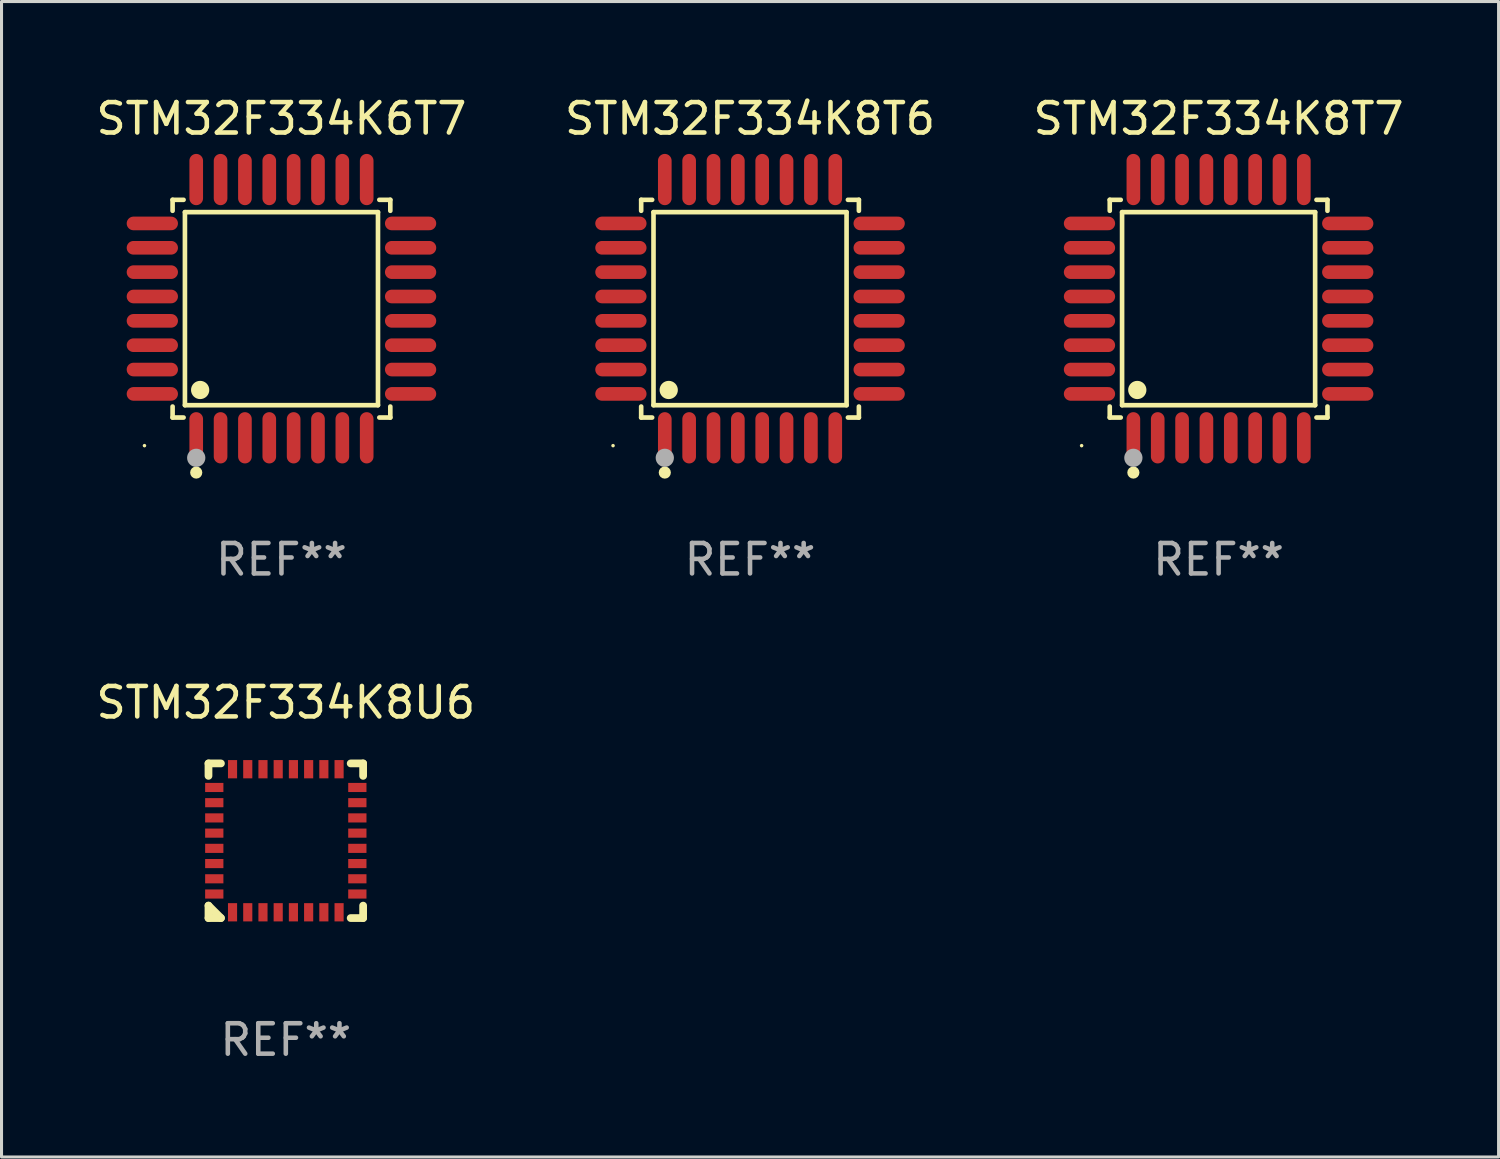
<source format=kicad_pcb>
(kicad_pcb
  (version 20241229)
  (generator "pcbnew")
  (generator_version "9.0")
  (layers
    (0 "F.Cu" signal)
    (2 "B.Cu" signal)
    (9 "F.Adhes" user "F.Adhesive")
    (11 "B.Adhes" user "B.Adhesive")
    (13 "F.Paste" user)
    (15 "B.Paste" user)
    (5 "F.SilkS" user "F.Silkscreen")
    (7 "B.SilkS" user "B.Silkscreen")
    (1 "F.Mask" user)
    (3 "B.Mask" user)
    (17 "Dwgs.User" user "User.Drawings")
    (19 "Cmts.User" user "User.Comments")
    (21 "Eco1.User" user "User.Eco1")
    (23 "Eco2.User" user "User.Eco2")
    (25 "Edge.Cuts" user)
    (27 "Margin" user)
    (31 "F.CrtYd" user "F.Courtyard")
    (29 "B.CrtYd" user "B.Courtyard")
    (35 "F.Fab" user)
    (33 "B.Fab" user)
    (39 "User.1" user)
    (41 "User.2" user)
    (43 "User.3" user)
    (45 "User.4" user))
  (footprint "STM32F334K8U6"
    (layer "F.Cu")
    (at 6.339 24.569)
    (property "Reference" "STM32F334K8U6" (at 0 -4.54 0) (layer "F.SilkS") (effects (font (size 1 1) (thickness 0.15))))
    (attr through_hole)
    (fp_line (start -2.54 -2.54) (end -2.131 -2.54) (stroke (width 0.254) (type solid)) (layer "F.SilkS"))
    (fp_line (start -2.54 -2.131) (end -2.54 -2.54) (stroke (width 0.254) (type solid)) (layer "F.SilkS"))
    (fp_line (start -2.54 2.54) (end -2.54 2.131) (stroke (width 0.254) (type solid)) (layer "F.SilkS"))
    (fp_line (start -2.131 2.54) (end -2.54 2.131) (stroke (width 0.254) (type solid)) (layer "F.SilkS"))
    (fp_line (start -2.131 2.54) (end -2.54 2.54) (stroke (width 0.254) (type solid)) (layer "F.SilkS"))
    (fp_line (start 2.131 -2.54) (end 2.54 -2.54) (stroke (width 0.254) (type solid)) (layer "F.SilkS"))
    (fp_line (start 2.54 -2.54) (end 2.54 -2.131) (stroke (width 0.254) (type solid)) (layer "F.SilkS"))
    (fp_line (start 2.54 2.131) (end 2.54 2.54) (stroke (width 0.254) (type solid)) (layer "F.SilkS"))
    (fp_line (start 2.54 2.54) (end 2.131 2.54) (stroke (width 0.254) (type solid)) (layer "F.SilkS"))
    (fp_text user "REF**" (at 0 6.54 0) (layer "F.Fab") (effects (font (size 1 1) (thickness 0.15))))
    (pad "1" smd rect (at -1.75 2.35 90) (size 0.6 0.3) (layers "F.Cu" "F.Mask" "F.Paste"))
    (pad "2" smd rect (at -1.25 2.35 90) (size 0.6 0.3) (layers "F.Cu" "F.Mask" "F.Paste"))
    (pad "3" smd rect (at -0.75 2.35 90) (size 0.6 0.3) (layers "F.Cu" "F.Mask" "F.Paste"))
    (pad "4" smd rect (at -0.25 2.35 90) (size 0.6 0.3) (layers "F.Cu" "F.Mask" "F.Paste"))
    (pad "5" smd rect (at 0.25 2.35 90) (size 0.6 0.3) (layers "F.Cu" "F.Mask" "F.Paste"))
    (pad "6" smd rect (at 0.75 2.35 90) (size 0.6 0.3) (layers "F.Cu" "F.Mask" "F.Paste"))
    (pad "7" smd rect (at 1.25 2.35 90) (size 0.6 0.3) (layers "F.Cu" "F.Mask" "F.Paste"))
    (pad "8" smd rect (at 1.75 2.35 90) (size 0.6 0.3) (layers "F.Cu" "F.Mask" "F.Paste"))
    (pad "9" smd rect (at 2.35 1.75 180) (size 0.6 0.3) (layers "F.Cu" "F.Mask" "F.Paste"))
    (pad "10" smd rect (at 2.35 1.25 180) (size 0.6 0.3) (layers "F.Cu" "F.Mask" "F.Paste"))
    (pad "11" smd rect (at 2.35 0.75 180) (size 0.6 0.3) (layers "F.Cu" "F.Mask" "F.Paste"))
    (pad "12" smd rect (at 2.35 0.25 180) (size 0.6 0.3) (layers "F.Cu" "F.Mask" "F.Paste"))
    (pad "13" smd rect (at 2.35 -0.25 180) (size 0.6 0.3) (layers "F.Cu" "F.Mask" "F.Paste"))
    (pad "14" smd rect (at 2.35 -0.75 180) (size 0.6 0.3) (layers "F.Cu" "F.Mask" "F.Paste"))
    (pad "15" smd rect (at 2.35 -1.25 180) (size 0.6 0.3) (layers "F.Cu" "F.Mask" "F.Paste"))
    (pad "16" smd rect (at 2.35 -1.75 180) (size 0.6 0.3) (layers "F.Cu" "F.Mask" "F.Paste"))
    (pad "17" smd rect (at 1.75 -2.35 270) (size 0.6 0.3) (layers "F.Cu" "F.Mask" "F.Paste"))
    (pad "18" smd rect (at 1.25 -2.35 270) (size 0.6 0.3) (layers "F.Cu" "F.Mask" "F.Paste"))
    (pad "19" smd rect (at 0.75 -2.35 270) (size 0.6 0.3) (layers "F.Cu" "F.Mask" "F.Paste"))
    (pad "20" smd rect (at 0.25 -2.35 270) (size 0.6 0.3) (layers "F.Cu" "F.Mask" "F.Paste"))
    (pad "21" smd rect (at -0.25 -2.35 270) (size 0.6 0.3) (layers "F.Cu" "F.Mask" "F.Paste"))
    (pad "22" smd rect (at -0.75 -2.35 270) (size 0.6 0.3) (layers "F.Cu" "F.Mask" "F.Paste"))
    (pad "23" smd rect (at -1.25 -2.35 270) (size 0.6 0.3) (layers "F.Cu" "F.Mask" "F.Paste"))
    (pad "24" smd rect (at -1.75 -2.35 270) (size 0.6 0.3) (layers "F.Cu" "F.Mask" "F.Paste"))
    (pad "25" smd rect (at -2.35 -1.75) (size 0.6 0.3) (layers "F.Cu" "F.Mask" "F.Paste"))
    (pad "26" smd rect (at -2.35 -1.25) (size 0.6 0.3) (layers "F.Cu" "F.Mask" "F.Paste"))
    (pad "27" smd rect (at -2.35 -0.75) (size 0.6 0.3) (layers "F.Cu" "F.Mask" "F.Paste"))
    (pad "28" smd rect (at -2.35 -0.25) (size 0.6 0.3) (layers "F.Cu" "F.Mask" "F.Paste"))
    (pad "29" smd rect (at -2.35 0.25) (size 0.6 0.3) (layers "F.Cu" "F.Mask" "F.Paste"))
    (pad "30" smd rect (at -2.35 0.75) (size 0.6 0.3) (layers "F.Cu" "F.Mask" "F.Paste"))
    (pad "31" smd rect (at -2.35 1.25) (size 0.6 0.3) (layers "F.Cu" "F.Mask" "F.Paste"))
    (pad "32" smd rect (at -2.35 1.75) (size 0.6 0.3) (layers "F.Cu" "F.Mask" "F.Paste")))
  (footprint "STM32F334K8T6"
    (layer "F.Cu")
    (at 21.589 7.09)
    (property "Reference" "STM32F334K8T6" (at 0 -6.242 0) (layer "F.SilkS") (effects (font (size 1 1) (thickness 0.15))))
    (attr through_hole)
    (fp_line (start -3.576 -3.576) (end -3.215 -3.576) (stroke (width 0.152) (type solid)) (layer "F.SilkS"))
    (fp_line (start -3.576 -3.215) (end -3.576 -3.576) (stroke (width 0.152) (type solid)) (layer "F.SilkS"))
    (fp_line (start -3.576 3.215) (end -3.576 3.576) (stroke (width 0.152) (type solid)) (layer "F.SilkS"))
    (fp_line (start -3.576 3.576) (end -3.215 3.576) (stroke (width 0.152) (type solid)) (layer "F.SilkS"))
    (fp_line (start -3.171 -3.171) (end 3.171 -3.171) (stroke (width 0.152) (type solid)) (layer "F.SilkS"))
    (fp_line (start -3.171 3.171) (end -3.171 -3.171) (stroke (width 0.152) (type solid)) (layer "F.SilkS"))
    (fp_line (start 3.171 -3.171) (end 3.171 3.171) (stroke (width 0.152) (type solid)) (layer "F.SilkS"))
    (fp_line (start 3.171 3.171) (end -3.171 3.171) (stroke (width 0.152) (type solid)) (layer "F.SilkS"))
    (fp_line (start 3.576 -3.576) (end 3.215 -3.576) (stroke (width 0.152) (type solid)) (layer "F.SilkS"))
    (fp_line (start 3.576 -3.215) (end 3.576 -3.576) (stroke (width 0.152) (type solid)) (layer "F.SilkS"))
    (fp_line (start 3.576 3.215) (end 3.576 3.576) (stroke (width 0.152) (type solid)) (layer "F.SilkS"))
    (fp_line (start 3.576 3.576) (end 3.215 3.576) (stroke (width 0.152) (type solid)) (layer "F.SilkS"))
    (fp_circle (center -4.5 4.5) (end -4.47 4.5) (stroke (width 0.06) (type solid)) (fill no) (layer "F.SilkS"))
    (fp_circle (center -2.8 5.384) (end -2.7 5.384) (stroke (width 0.2) (type solid)) (fill no) (layer "F.SilkS"))
    (fp_circle (center -2.671 2.671) (end -2.521 2.671) (stroke (width 0.3) (type solid)) (fill no) (layer "F.SilkS"))
    (fp_circle (center -2.8 4.9) (end -2.65 4.9) (stroke (width 0.3) (type solid)) (fill no) (layer "F.Fab"))
    (fp_text user "REF**" (at 0 8.242 0) (layer "F.Fab") (effects (font (size 1 1) (thickness 0.15))))
    (pad "1" smd oval (at -2.8 4.242) (size 0.448 1.684) (layers "F.Cu" "F.Mask" "F.Paste"))
    (pad "2" smd oval (at -2 4.242) (size 0.448 1.684) (layers "F.Cu" "F.Mask" "F.Paste"))
    (pad "3" smd oval (at -1.2 4.242) (size 0.448 1.684) (layers "F.Cu" "F.Mask" "F.Paste"))
    (pad "4" smd oval (at -0.4 4.242) (size 0.448 1.684) (layers "F.Cu" "F.Mask" "F.Paste"))
    (pad "5" smd oval (at 0.4 4.242) (size 0.448 1.684) (layers "F.Cu" "F.Mask" "F.Paste"))
    (pad "6" smd oval (at 1.2 4.242) (size 0.448 1.684) (layers "F.Cu" "F.Mask" "F.Paste"))
    (pad "7" smd oval (at 2 4.242) (size 0.448 1.684) (layers "F.Cu" "F.Mask" "F.Paste"))
    (pad "8" smd oval (at 2.8 4.242) (size 0.448 1.684) (layers "F.Cu" "F.Mask" "F.Paste"))
    (pad "9" smd oval (at 4.242 2.8) (size 1.684 0.448) (layers "F.Cu" "F.Mask" "F.Paste"))
    (pad "10" smd oval (at 4.242 2) (size 1.684 0.448) (layers "F.Cu" "F.Mask" "F.Paste"))
    (pad "11" smd oval (at 4.242 1.2) (size 1.684 0.448) (layers "F.Cu" "F.Mask" "F.Paste"))
    (pad "12" smd oval (at 4.242 0.4) (size 1.684 0.448) (layers "F.Cu" "F.Mask" "F.Paste"))
    (pad "13" smd oval (at 4.242 -0.4) (size 1.684 0.448) (layers "F.Cu" "F.Mask" "F.Paste"))
    (pad "14" smd oval (at 4.242 -1.2) (size 1.684 0.448) (layers "F.Cu" "F.Mask" "F.Paste"))
    (pad "15" smd oval (at 4.242 -2) (size 1.684 0.448) (layers "F.Cu" "F.Mask" "F.Paste"))
    (pad "16" smd oval (at 4.242 -2.8) (size 1.684 0.448) (layers "F.Cu" "F.Mask" "F.Paste"))
    (pad "17" smd oval (at 2.8 -4.242) (size 0.448 1.684) (layers "F.Cu" "F.Mask" "F.Paste"))
    (pad "18" smd oval (at 2 -4.242) (size 0.448 1.684) (layers "F.Cu" "F.Mask" "F.Paste"))
    (pad "19" smd oval (at 1.2 -4.242) (size 0.448 1.684) (layers "F.Cu" "F.Mask" "F.Paste"))
    (pad "20" smd oval (at 0.4 -4.242) (size 0.448 1.684) (layers "F.Cu" "F.Mask" "F.Paste"))
    (pad "21" smd oval (at -0.4 -4.242) (size 0.448 1.684) (layers "F.Cu" "F.Mask" "F.Paste"))
    (pad "22" smd oval (at -1.2 -4.242) (size 0.448 1.684) (layers "F.Cu" "F.Mask" "F.Paste"))
    (pad "23" smd oval (at -2 -4.242) (size 0.448 1.684) (layers "F.Cu" "F.Mask" "F.Paste"))
    (pad "24" smd oval (at -2.8 -4.242) (size 0.448 1.684) (layers "F.Cu" "F.Mask" "F.Paste"))
    (pad "25" smd oval (at -4.242 -2.8) (size 1.684 0.448) (layers "F.Cu" "F.Mask" "F.Paste"))
    (pad "26" smd oval (at -4.242 -2) (size 1.684 0.448) (layers "F.Cu" "F.Mask" "F.Paste"))
    (pad "27" smd oval (at -4.242 -1.2) (size 1.684 0.448) (layers "F.Cu" "F.Mask" "F.Paste"))
    (pad "28" smd oval (at -4.242 -0.4) (size 1.684 0.448) (layers "F.Cu" "F.Mask" "F.Paste"))
    (pad "29" smd oval (at -4.242 0.4) (size 1.684 0.448) (layers "F.Cu" "F.Mask" "F.Paste"))
    (pad "30" smd oval (at -4.242 1.2) (size 1.684 0.448) (layers "F.Cu" "F.Mask" "F.Paste"))
    (pad "31" smd oval (at -4.242 2) (size 1.684 0.448) (layers "F.Cu" "F.Mask" "F.Paste"))
    (pad "32" smd oval (at -4.242 2.8) (size 1.684 0.448) (layers "F.Cu" "F.Mask" "F.Paste")))
  (footprint "STM32F334K8T7"
    (layer "F.Cu")
    (at 36.982 7.09)
    (property "Reference" "STM32F334K8T7" (at 0 -6.242 0) (layer "F.SilkS") (effects (font (size 1 1) (thickness 0.15))))
    (attr through_hole)
    (fp_line (start -3.576 -3.576) (end -3.215 -3.576) (stroke (width 0.152) (type solid)) (layer "F.SilkS"))
    (fp_line (start -3.576 -3.215) (end -3.576 -3.576) (stroke (width 0.152) (type solid)) (layer "F.SilkS"))
    (fp_line (start -3.576 3.215) (end -3.576 3.576) (stroke (width 0.152) (type solid)) (layer "F.SilkS"))
    (fp_line (start -3.576 3.576) (end -3.215 3.576) (stroke (width 0.152) (type solid)) (layer "F.SilkS"))
    (fp_line (start -3.171 -3.171) (end 3.171 -3.171) (stroke (width 0.152) (type solid)) (layer "F.SilkS"))
    (fp_line (start -3.171 3.171) (end -3.171 -3.171) (stroke (width 0.152) (type solid)) (layer "F.SilkS"))
    (fp_line (start 3.171 -3.171) (end 3.171 3.171) (stroke (width 0.152) (type solid)) (layer "F.SilkS"))
    (fp_line (start 3.171 3.171) (end -3.171 3.171) (stroke (width 0.152) (type solid)) (layer "F.SilkS"))
    (fp_line (start 3.576 -3.576) (end 3.215 -3.576) (stroke (width 0.152) (type solid)) (layer "F.SilkS"))
    (fp_line (start 3.576 -3.215) (end 3.576 -3.576) (stroke (width 0.152) (type solid)) (layer "F.SilkS"))
    (fp_line (start 3.576 3.215) (end 3.576 3.576) (stroke (width 0.152) (type solid)) (layer "F.SilkS"))
    (fp_line (start 3.576 3.576) (end 3.215 3.576) (stroke (width 0.152) (type solid)) (layer "F.SilkS"))
    (fp_circle (center -4.5 4.5) (end -4.47 4.5) (stroke (width 0.06) (type solid)) (fill no) (layer "F.SilkS"))
    (fp_circle (center -2.8 5.384) (end -2.7 5.384) (stroke (width 0.2) (type solid)) (fill no) (layer "F.SilkS"))
    (fp_circle (center -2.671 2.671) (end -2.521 2.671) (stroke (width 0.3) (type solid)) (fill no) (layer "F.SilkS"))
    (fp_circle (center -2.8 4.9) (end -2.65 4.9) (stroke (width 0.3) (type solid)) (fill no) (layer "F.Fab"))
    (fp_text user "REF**" (at 0 8.242 0) (layer "F.Fab") (effects (font (size 1 1) (thickness 0.15))))
    (pad "1" smd oval (at -2.8 4.242) (size 0.448 1.684) (layers "F.Cu" "F.Mask" "F.Paste"))
    (pad "2" smd oval (at -2 4.242) (size 0.448 1.684) (layers "F.Cu" "F.Mask" "F.Paste"))
    (pad "3" smd oval (at -1.2 4.242) (size 0.448 1.684) (layers "F.Cu" "F.Mask" "F.Paste"))
    (pad "4" smd oval (at -0.4 4.242) (size 0.448 1.684) (layers "F.Cu" "F.Mask" "F.Paste"))
    (pad "5" smd oval (at 0.4 4.242) (size 0.448 1.684) (layers "F.Cu" "F.Mask" "F.Paste"))
    (pad "6" smd oval (at 1.2 4.242) (size 0.448 1.684) (layers "F.Cu" "F.Mask" "F.Paste"))
    (pad "7" smd oval (at 2 4.242) (size 0.448 1.684) (layers "F.Cu" "F.Mask" "F.Paste"))
    (pad "8" smd oval (at 2.8 4.242) (size 0.448 1.684) (layers "F.Cu" "F.Mask" "F.Paste"))
    (pad "9" smd oval (at 4.242 2.8) (size 1.684 0.448) (layers "F.Cu" "F.Mask" "F.Paste"))
    (pad "10" smd oval (at 4.242 2) (size 1.684 0.448) (layers "F.Cu" "F.Mask" "F.Paste"))
    (pad "11" smd oval (at 4.242 1.2) (size 1.684 0.448) (layers "F.Cu" "F.Mask" "F.Paste"))
    (pad "12" smd oval (at 4.242 0.4) (size 1.684 0.448) (layers "F.Cu" "F.Mask" "F.Paste"))
    (pad "13" smd oval (at 4.242 -0.4) (size 1.684 0.448) (layers "F.Cu" "F.Mask" "F.Paste"))
    (pad "14" smd oval (at 4.242 -1.2) (size 1.684 0.448) (layers "F.Cu" "F.Mask" "F.Paste"))
    (pad "15" smd oval (at 4.242 -2) (size 1.684 0.448) (layers "F.Cu" "F.Mask" "F.Paste"))
    (pad "16" smd oval (at 4.242 -2.8) (size 1.684 0.448) (layers "F.Cu" "F.Mask" "F.Paste"))
    (pad "17" smd oval (at 2.8 -4.242) (size 0.448 1.684) (layers "F.Cu" "F.Mask" "F.Paste"))
    (pad "18" smd oval (at 2 -4.242) (size 0.448 1.684) (layers "F.Cu" "F.Mask" "F.Paste"))
    (pad "19" smd oval (at 1.2 -4.242) (size 0.448 1.684) (layers "F.Cu" "F.Mask" "F.Paste"))
    (pad "20" smd oval (at 0.4 -4.242) (size 0.448 1.684) (layers "F.Cu" "F.Mask" "F.Paste"))
    (pad "21" smd oval (at -0.4 -4.242) (size 0.448 1.684) (layers "F.Cu" "F.Mask" "F.Paste"))
    (pad "22" smd oval (at -1.2 -4.242) (size 0.448 1.684) (layers "F.Cu" "F.Mask" "F.Paste"))
    (pad "23" smd oval (at -2 -4.242) (size 0.448 1.684) (layers "F.Cu" "F.Mask" "F.Paste"))
    (pad "24" smd oval (at -2.8 -4.242) (size 0.448 1.684) (layers "F.Cu" "F.Mask" "F.Paste"))
    (pad "25" smd oval (at -4.242 -2.8) (size 1.684 0.448) (layers "F.Cu" "F.Mask" "F.Paste"))
    (pad "26" smd oval (at -4.242 -2) (size 1.684 0.448) (layers "F.Cu" "F.Mask" "F.Paste"))
    (pad "27" smd oval (at -4.242 -1.2) (size 1.684 0.448) (layers "F.Cu" "F.Mask" "F.Paste"))
    (pad "28" smd oval (at -4.242 -0.4) (size 1.684 0.448) (layers "F.Cu" "F.Mask" "F.Paste"))
    (pad "29" smd oval (at -4.242 0.4) (size 1.684 0.448) (layers "F.Cu" "F.Mask" "F.Paste"))
    (pad "30" smd oval (at -4.242 1.2) (size 1.684 0.448) (layers "F.Cu" "F.Mask" "F.Paste"))
    (pad "31" smd oval (at -4.242 2) (size 1.684 0.448) (layers "F.Cu" "F.Mask" "F.Paste"))
    (pad "32" smd oval (at -4.242 2.8) (size 1.684 0.448) (layers "F.Cu" "F.Mask" "F.Paste")))
  (footprint "STM32F334K6T7"
    (layer "F.Cu")
    (at 6.196 7.09)
    (property "Reference" "STM32F334K6T7" (at 0 -6.242 0) (layer "F.SilkS") (effects (font (size 1 1) (thickness 0.15))))
    (attr through_hole)
    (fp_line (start -3.576 -3.576) (end -3.215 -3.576) (stroke (width 0.152) (type solid)) (layer "F.SilkS"))
    (fp_line (start -3.576 -3.215) (end -3.576 -3.576) (stroke (width 0.152) (type solid)) (layer "F.SilkS"))
    (fp_line (start -3.576 3.215) (end -3.576 3.576) (stroke (width 0.152) (type solid)) (layer "F.SilkS"))
    (fp_line (start -3.576 3.576) (end -3.215 3.576) (stroke (width 0.152) (type solid)) (layer "F.SilkS"))
    (fp_line (start -3.171 -3.171) (end 3.171 -3.171) (stroke (width 0.152) (type solid)) (layer "F.SilkS"))
    (fp_line (start -3.171 3.171) (end -3.171 -3.171) (stroke (width 0.152) (type solid)) (layer "F.SilkS"))
    (fp_line (start 3.171 -3.171) (end 3.171 3.171) (stroke (width 0.152) (type solid)) (layer "F.SilkS"))
    (fp_line (start 3.171 3.171) (end -3.171 3.171) (stroke (width 0.152) (type solid)) (layer "F.SilkS"))
    (fp_line (start 3.576 -3.576) (end 3.215 -3.576) (stroke (width 0.152) (type solid)) (layer "F.SilkS"))
    (fp_line (start 3.576 -3.215) (end 3.576 -3.576) (stroke (width 0.152) (type solid)) (layer "F.SilkS"))
    (fp_line (start 3.576 3.215) (end 3.576 3.576) (stroke (width 0.152) (type solid)) (layer "F.SilkS"))
    (fp_line (start 3.576 3.576) (end 3.215 3.576) (stroke (width 0.152) (type solid)) (layer "F.SilkS"))
    (fp_circle (center -4.5 4.5) (end -4.47 4.5) (stroke (width 0.06) (type solid)) (fill no) (layer "F.SilkS"))
    (fp_circle (center -2.8 5.384) (end -2.7 5.384) (stroke (width 0.2) (type solid)) (fill no) (layer "F.SilkS"))
    (fp_circle (center -2.671 2.671) (end -2.521 2.671) (stroke (width 0.3) (type solid)) (fill no) (layer "F.SilkS"))
    (fp_circle (center -2.8 4.9) (end -2.65 4.9) (stroke (width 0.3) (type solid)) (fill no) (layer "F.Fab"))
    (fp_text user "REF**" (at 0 8.242 0) (layer "F.Fab") (effects (font (size 1 1) (thickness 0.15))))
    (pad "1" smd oval (at -2.8 4.242) (size 0.448 1.684) (layers "F.Cu" "F.Mask" "F.Paste"))
    (pad "2" smd oval (at -2 4.242) (size 0.448 1.684) (layers "F.Cu" "F.Mask" "F.Paste"))
    (pad "3" smd oval (at -1.2 4.242) (size 0.448 1.684) (layers "F.Cu" "F.Mask" "F.Paste"))
    (pad "4" smd oval (at -0.4 4.242) (size 0.448 1.684) (layers "F.Cu" "F.Mask" "F.Paste"))
    (pad "5" smd oval (at 0.4 4.242) (size 0.448 1.684) (layers "F.Cu" "F.Mask" "F.Paste"))
    (pad "6" smd oval (at 1.2 4.242) (size 0.448 1.684) (layers "F.Cu" "F.Mask" "F.Paste"))
    (pad "7" smd oval (at 2 4.242) (size 0.448 1.684) (layers "F.Cu" "F.Mask" "F.Paste"))
    (pad "8" smd oval (at 2.8 4.242) (size 0.448 1.684) (layers "F.Cu" "F.Mask" "F.Paste"))
    (pad "9" smd oval (at 4.242 2.8) (size 1.684 0.448) (layers "F.Cu" "F.Mask" "F.Paste"))
    (pad "10" smd oval (at 4.242 2) (size 1.684 0.448) (layers "F.Cu" "F.Mask" "F.Paste"))
    (pad "11" smd oval (at 4.242 1.2) (size 1.684 0.448) (layers "F.Cu" "F.Mask" "F.Paste"))
    (pad "12" smd oval (at 4.242 0.4) (size 1.684 0.448) (layers "F.Cu" "F.Mask" "F.Paste"))
    (pad "13" smd oval (at 4.242 -0.4) (size 1.684 0.448) (layers "F.Cu" "F.Mask" "F.Paste"))
    (pad "14" smd oval (at 4.242 -1.2) (size 1.684 0.448) (layers "F.Cu" "F.Mask" "F.Paste"))
    (pad "15" smd oval (at 4.242 -2) (size 1.684 0.448) (layers "F.Cu" "F.Mask" "F.Paste"))
    (pad "16" smd oval (at 4.242 -2.8) (size 1.684 0.448) (layers "F.Cu" "F.Mask" "F.Paste"))
    (pad "17" smd oval (at 2.8 -4.242) (size 0.448 1.684) (layers "F.Cu" "F.Mask" "F.Paste"))
    (pad "18" smd oval (at 2 -4.242) (size 0.448 1.684) (layers "F.Cu" "F.Mask" "F.Paste"))
    (pad "19" smd oval (at 1.2 -4.242) (size 0.448 1.684) (layers "F.Cu" "F.Mask" "F.Paste"))
    (pad "20" smd oval (at 0.4 -4.242) (size 0.448 1.684) (layers "F.Cu" "F.Mask" "F.Paste"))
    (pad "21" smd oval (at -0.4 -4.242) (size 0.448 1.684) (layers "F.Cu" "F.Mask" "F.Paste"))
    (pad "22" smd oval (at -1.2 -4.242) (size 0.448 1.684) (layers "F.Cu" "F.Mask" "F.Paste"))
    (pad "23" smd oval (at -2 -4.242) (size 0.448 1.684) (layers "F.Cu" "F.Mask" "F.Paste"))
    (pad "24" smd oval (at -2.8 -4.242) (size 0.448 1.684) (layers "F.Cu" "F.Mask" "F.Paste"))
    (pad "25" smd oval (at -4.242 -2.8) (size 1.684 0.448) (layers "F.Cu" "F.Mask" "F.Paste"))
    (pad "26" smd oval (at -4.242 -2) (size 1.684 0.448) (layers "F.Cu" "F.Mask" "F.Paste"))
    (pad "27" smd oval (at -4.242 -1.2) (size 1.684 0.448) (layers "F.Cu" "F.Mask" "F.Paste"))
    (pad "28" smd oval (at -4.242 -0.4) (size 1.684 0.448) (layers "F.Cu" "F.Mask" "F.Paste"))
    (pad "29" smd oval (at -4.242 0.4) (size 1.684 0.448) (layers "F.Cu" "F.Mask" "F.Paste"))
    (pad "30" smd oval (at -4.242 1.2) (size 1.684 0.448) (layers "F.Cu" "F.Mask" "F.Paste"))
    (pad "31" smd oval (at -4.242 2) (size 1.684 0.448) (layers "F.Cu" "F.Mask" "F.Paste"))
    (pad "32" smd oval (at -4.242 2.8) (size 1.684 0.448) (layers "F.Cu" "F.Mask" "F.Paste")))
  (gr_rect
    (start -3 -3)
    (end 46.179 34.957)
    (stroke (width 0.1) (type default))
    (fill no)
    (layer "Edge.Cuts")))
</source>
